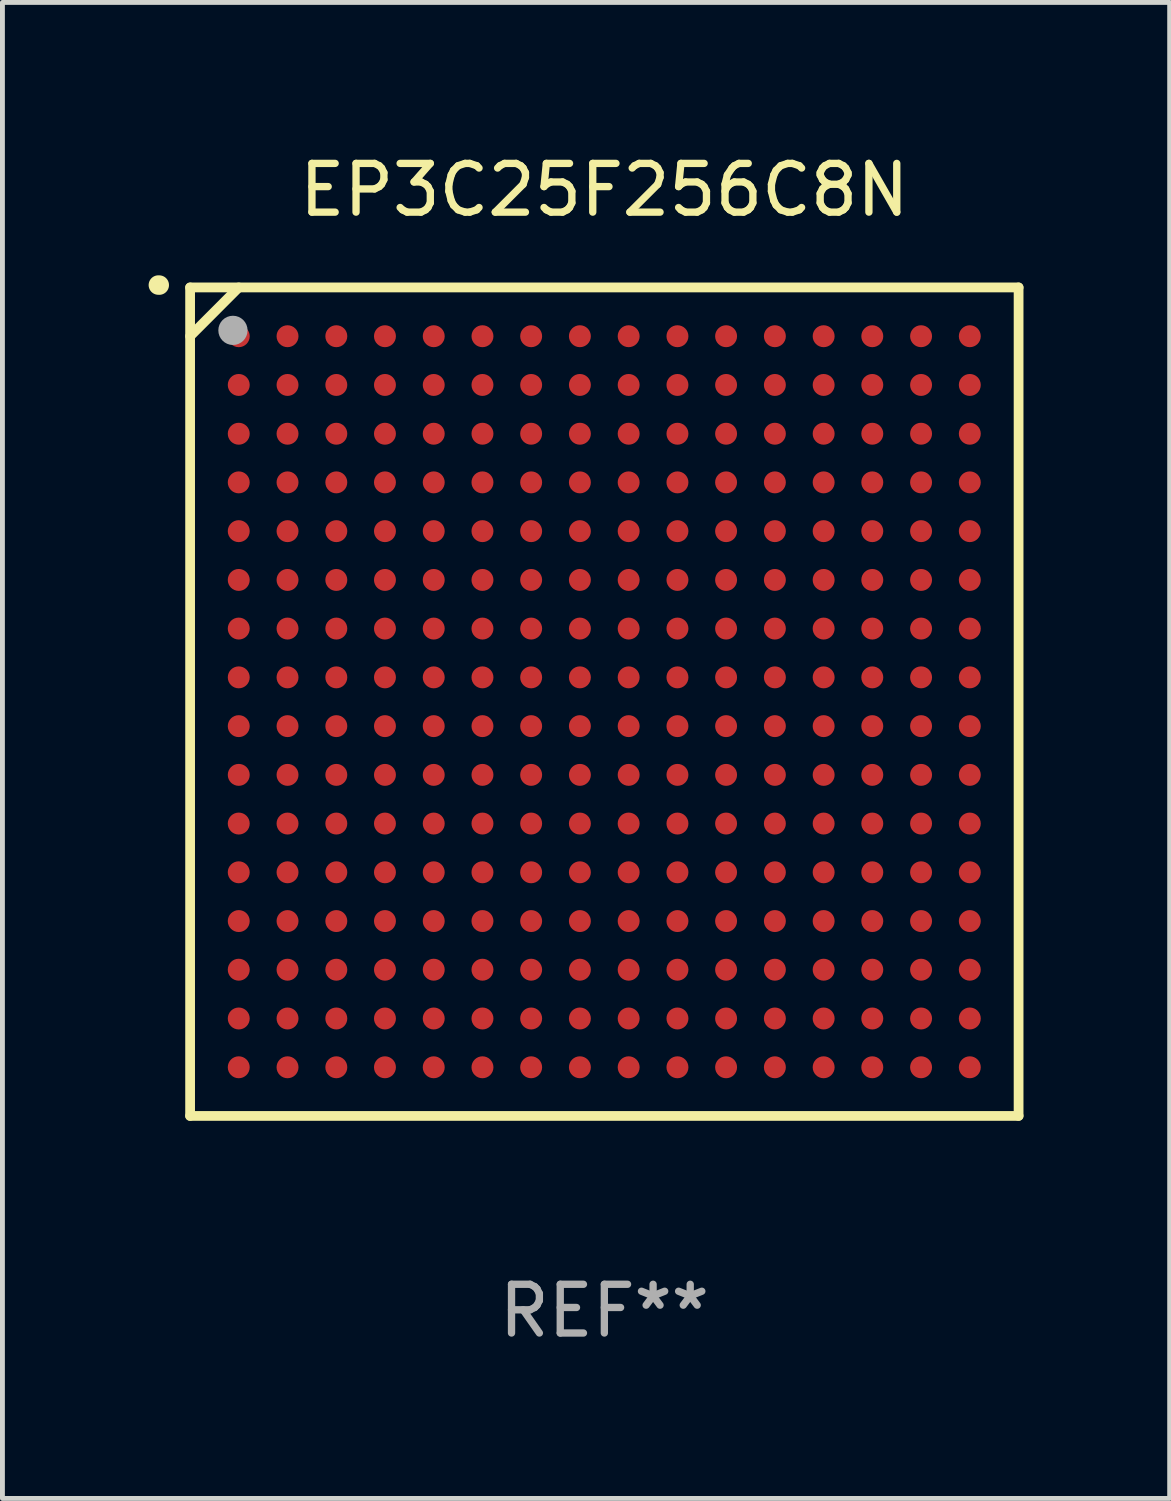
<source format=kicad_pcb>
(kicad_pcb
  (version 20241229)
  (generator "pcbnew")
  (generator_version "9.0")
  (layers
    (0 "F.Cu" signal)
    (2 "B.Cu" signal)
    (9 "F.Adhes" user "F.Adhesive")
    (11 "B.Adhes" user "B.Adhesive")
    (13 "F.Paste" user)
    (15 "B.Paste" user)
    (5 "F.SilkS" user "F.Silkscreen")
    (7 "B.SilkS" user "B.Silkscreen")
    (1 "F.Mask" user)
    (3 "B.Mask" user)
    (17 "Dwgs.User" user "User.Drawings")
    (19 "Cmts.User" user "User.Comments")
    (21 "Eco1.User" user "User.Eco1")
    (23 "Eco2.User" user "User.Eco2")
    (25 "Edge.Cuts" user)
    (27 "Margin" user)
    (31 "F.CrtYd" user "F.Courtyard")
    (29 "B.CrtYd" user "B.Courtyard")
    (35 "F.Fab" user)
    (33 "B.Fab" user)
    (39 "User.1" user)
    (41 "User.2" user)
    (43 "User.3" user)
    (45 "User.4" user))
  (footprint "EP3C25F256C8N"
    (layer "F.Cu")
    (at 9.351 11.348)
    (property "Reference" "EP3C25F256C8N" (at 0 -10.5 0) (layer "F.SilkS") (effects (font (size 1 1) (thickness 0.15))))
    (attr through_hole)
    (fp_line (start -8.5 -8.5) (end 8.5 -8.5) (stroke (width 0.2) (type solid)) (layer "F.SilkS"))
    (fp_line (start -8.5 -7.499) (end -7.502 -8.5) (stroke (width 0.2) (type solid)) (layer "F.SilkS"))
    (fp_line (start -8.5 8.5) (end -8.5 -8.5) (stroke (width 0.2) (type solid)) (layer "F.SilkS"))
    (fp_line (start 8.5 -8.5) (end 8.5 8.5) (stroke (width 0.2) (type solid)) (layer "F.SilkS"))
    (fp_line (start 8.5 8.5) (end -8.5 8.5) (stroke (width 0.2) (type solid)) (layer "F.SilkS"))
    (fp_arc (start -9.151181 -8.548768) (mid -9.142295 -8.548541) (end -9.133426 -8.547955) (stroke (width 0.4) (type solid)) (layer "F.SilkS"))
    (fp_circle (center -8.501 -8.499) (end -8.471 -8.499) (stroke (width 0.06) (type solid)) (fill no) (layer "F.SilkS"))
    (fp_circle (center -7.621 -7.619) (end -7.471 -7.619) (stroke (width 0.3) (type solid)) (fill no) (layer "F.Fab"))
    (fp_text user "REF**" (at 0 12.5 0) (layer "F.Fab") (effects (font (size 1 1) (thickness 0.15))))
    (pad "A1" smd circle (at -7.502 -7.499) (size 0.45 0.45) (layers "F.Cu" "F.Mask" "F.Paste"))
    (pad "A2" smd circle (at -6.501 -7.499) (size 0.45 0.45) (layers "F.Cu" "F.Mask" "F.Paste"))
    (pad "A3" smd circle (at -5.5 -7.499) (size 0.45 0.45) (layers "F.Cu" "F.Mask" "F.Paste"))
    (pad "A4" smd circle (at -4.502 -7.499) (size 0.45 0.45) (layers "F.Cu" "F.Mask" "F.Paste"))
    (pad "A5" smd circle (at -3.501 -7.499) (size 0.45 0.45) (layers "F.Cu" "F.Mask" "F.Paste"))
    (pad "A6" smd circle (at -2.501 -7.499) (size 0.45 0.45) (layers "F.Cu" "F.Mask" "F.Paste"))
    (pad "A7" smd circle (at -1.502 -7.499) (size 0.45 0.45) (layers "F.Cu" "F.Mask" "F.Paste"))
    (pad "A8" smd circle (at -0.502 -7.499) (size 0.45 0.45) (layers "F.Cu" "F.Mask" "F.Paste"))
    (pad "A9" smd circle (at 0.499 -7.499) (size 0.45 0.45) (layers "F.Cu" "F.Mask" "F.Paste"))
    (pad "A10" smd circle (at 1.5 -7.499) (size 0.45 0.45) (layers "F.Cu" "F.Mask" "F.Paste"))
    (pad "A11" smd circle (at 2.498 -7.499) (size 0.45 0.45) (layers "F.Cu" "F.Mask" "F.Paste"))
    (pad "A12" smd circle (at 3.499 -7.499) (size 0.45 0.45) (layers "F.Cu" "F.Mask" "F.Paste"))
    (pad "A13" smd circle (at 4.5 -7.499) (size 0.45 0.45) (layers "F.Cu" "F.Mask" "F.Paste"))
    (pad "A14" smd circle (at 5.498 -7.499) (size 0.45 0.45) (layers "F.Cu" "F.Mask" "F.Paste"))
    (pad "A15" smd circle (at 6.499 -7.499) (size 0.45 0.45) (layers "F.Cu" "F.Mask" "F.Paste"))
    (pad "A16" smd circle (at 7.499 -7.499) (size 0.45 0.45) (layers "F.Cu" "F.Mask" "F.Paste"))
    (pad "B1" smd circle (at -7.502 -6.499) (size 0.45 0.45) (layers "F.Cu" "F.Mask" "F.Paste"))
    (pad "B2" smd circle (at -6.501 -6.499) (size 0.45 0.45) (layers "F.Cu" "F.Mask" "F.Paste"))
    (pad "B3" smd circle (at -5.5 -6.499) (size 0.45 0.45) (layers "F.Cu" "F.Mask" "F.Paste"))
    (pad "B4" smd circle (at -4.502 -6.499) (size 0.45 0.45) (layers "F.Cu" "F.Mask" "F.Paste"))
    (pad "B5" smd circle (at -3.501 -6.499) (size 0.45 0.45) (layers "F.Cu" "F.Mask" "F.Paste"))
    (pad "B6" smd circle (at -2.501 -6.499) (size 0.45 0.45) (layers "F.Cu" "F.Mask" "F.Paste"))
    (pad "B7" smd circle (at -1.502 -6.499) (size 0.45 0.45) (layers "F.Cu" "F.Mask" "F.Paste"))
    (pad "B8" smd circle (at -0.502 -6.499) (size 0.45 0.45) (layers "F.Cu" "F.Mask" "F.Paste"))
    (pad "B9" smd circle (at 0.499 -6.499) (size 0.45 0.45) (layers "F.Cu" "F.Mask" "F.Paste"))
    (pad "B10" smd circle (at 1.5 -6.499) (size 0.45 0.45) (layers "F.Cu" "F.Mask" "F.Paste"))
    (pad "B11" smd circle (at 2.498 -6.499) (size 0.45 0.45) (layers "F.Cu" "F.Mask" "F.Paste"))
    (pad "B12" smd circle (at 3.499 -6.499) (size 0.45 0.45) (layers "F.Cu" "F.Mask" "F.Paste"))
    (pad "B13" smd circle (at 4.5 -6.499) (size 0.45 0.45) (layers "F.Cu" "F.Mask" "F.Paste"))
    (pad "B14" smd circle (at 5.498 -6.499) (size 0.45 0.45) (layers "F.Cu" "F.Mask" "F.Paste"))
    (pad "B15" smd circle (at 6.499 -6.499) (size 0.45 0.45) (layers "F.Cu" "F.Mask" "F.Paste"))
    (pad "B16" smd circle (at 7.499 -6.499) (size 0.45 0.45) (layers "F.Cu" "F.Mask" "F.Paste"))
    (pad "C1" smd circle (at -7.502 -5.498) (size 0.45 0.45) (layers "F.Cu" "F.Mask" "F.Paste"))
    (pad "C2" smd circle (at -6.501 -5.498) (size 0.45 0.45) (layers "F.Cu" "F.Mask" "F.Paste"))
    (pad "C3" smd circle (at -5.5 -5.498) (size 0.45 0.45) (layers "F.Cu" "F.Mask" "F.Paste"))
    (pad "C4" smd circle (at -4.502 -5.498) (size 0.45 0.45) (layers "F.Cu" "F.Mask" "F.Paste"))
    (pad "C5" smd circle (at -3.501 -5.498) (size 0.45 0.45) (layers "F.Cu" "F.Mask" "F.Paste"))
    (pad "C6" smd circle (at -2.501 -5.498) (size 0.45 0.45) (layers "F.Cu" "F.Mask" "F.Paste"))
    (pad "C7" smd circle (at -1.502 -5.498) (size 0.45 0.45) (layers "F.Cu" "F.Mask" "F.Paste"))
    (pad "C8" smd circle (at -0.502 -5.498) (size 0.45 0.45) (layers "F.Cu" "F.Mask" "F.Paste"))
    (pad "C9" smd circle (at 0.499 -5.498) (size 0.45 0.45) (layers "F.Cu" "F.Mask" "F.Paste"))
    (pad "C10" smd circle (at 1.5 -5.498) (size 0.45 0.45) (layers "F.Cu" "F.Mask" "F.Paste"))
    (pad "C11" smd circle (at 2.498 -5.498) (size 0.45 0.45) (layers "F.Cu" "F.Mask" "F.Paste"))
    (pad "C12" smd circle (at 3.499 -5.498) (size 0.45 0.45) (layers "F.Cu" "F.Mask" "F.Paste"))
    (pad "C13" smd circle (at 4.5 -5.498) (size 0.45 0.45) (layers "F.Cu" "F.Mask" "F.Paste"))
    (pad "C14" smd circle (at 5.498 -5.498) (size 0.45 0.45) (layers "F.Cu" "F.Mask" "F.Paste"))
    (pad "C15" smd circle (at 6.499 -5.498) (size 0.45 0.45) (layers "F.Cu" "F.Mask" "F.Paste"))
    (pad "C16" smd circle (at 7.499 -5.498) (size 0.45 0.45) (layers "F.Cu" "F.Mask" "F.Paste"))
    (pad "D1" smd circle (at -7.502 -4.5) (size 0.45 0.45) (layers "F.Cu" "F.Mask" "F.Paste"))
    (pad "D2" smd circle (at -6.501 -4.5) (size 0.45 0.45) (layers "F.Cu" "F.Mask" "F.Paste"))
    (pad "D3" smd circle (at -5.5 -4.5) (size 0.45 0.45) (layers "F.Cu" "F.Mask" "F.Paste"))
    (pad "D4" smd circle (at -4.502 -4.5) (size 0.45 0.45) (layers "F.Cu" "F.Mask" "F.Paste"))
    (pad "D5" smd circle (at -3.501 -4.5) (size 0.45 0.45) (layers "F.Cu" "F.Mask" "F.Paste"))
    (pad "D6" smd circle (at -2.501 -4.5) (size 0.45 0.45) (layers "F.Cu" "F.Mask" "F.Paste"))
    (pad "D7" smd circle (at -1.502 -4.5) (size 0.45 0.45) (layers "F.Cu" "F.Mask" "F.Paste"))
    (pad "D8" smd circle (at -0.502 -4.5) (size 0.45 0.45) (layers "F.Cu" "F.Mask" "F.Paste"))
    (pad "D9" smd circle (at 0.499 -4.5) (size 0.45 0.45) (layers "F.Cu" "F.Mask" "F.Paste"))
    (pad "D10" smd circle (at 1.5 -4.5) (size 0.45 0.45) (layers "F.Cu" "F.Mask" "F.Paste"))
    (pad "D11" smd circle (at 2.498 -4.5) (size 0.45 0.45) (layers "F.Cu" "F.Mask" "F.Paste"))
    (pad "D12" smd circle (at 3.499 -4.5) (size 0.45 0.45) (layers "F.Cu" "F.Mask" "F.Paste"))
    (pad "D13" smd circle (at 4.5 -4.5) (size 0.45 0.45) (layers "F.Cu" "F.Mask" "F.Paste"))
    (pad "D14" smd circle (at 5.498 -4.5) (size 0.45 0.45) (layers "F.Cu" "F.Mask" "F.Paste"))
    (pad "D15" smd circle (at 6.499 -4.5) (size 0.45 0.45) (layers "F.Cu" "F.Mask" "F.Paste"))
    (pad "D16" smd circle (at 7.499 -4.5) (size 0.45 0.45) (layers "F.Cu" "F.Mask" "F.Paste"))
    (pad "E1" smd circle (at -7.502 -3.499) (size 0.45 0.45) (layers "F.Cu" "F.Mask" "F.Paste"))
    (pad "E2" smd circle (at -6.501 -3.499) (size 0.45 0.45) (layers "F.Cu" "F.Mask" "F.Paste"))
    (pad "E3" smd circle (at -5.5 -3.499) (size 0.45 0.45) (layers "F.Cu" "F.Mask" "F.Paste"))
    (pad "E4" smd circle (at -4.502 -3.499) (size 0.45 0.45) (layers "F.Cu" "F.Mask" "F.Paste"))
    (pad "E5" smd circle (at -3.501 -3.499) (size 0.45 0.45) (layers "F.Cu" "F.Mask" "F.Paste"))
    (pad "E6" smd circle (at -2.501 -3.499) (size 0.45 0.45) (layers "F.Cu" "F.Mask" "F.Paste"))
    (pad "E7" smd circle (at -1.502 -3.499) (size 0.45 0.45) (layers "F.Cu" "F.Mask" "F.Paste"))
    (pad "E8" smd circle (at -0.502 -3.499) (size 0.45 0.45) (layers "F.Cu" "F.Mask" "F.Paste"))
    (pad "E9" smd circle (at 0.499 -3.499) (size 0.45 0.45) (layers "F.Cu" "F.Mask" "F.Paste"))
    (pad "E10" smd circle (at 1.5 -3.499) (size 0.45 0.45) (layers "F.Cu" "F.Mask" "F.Paste"))
    (pad "E11" smd circle (at 2.498 -3.499) (size 0.45 0.45) (layers "F.Cu" "F.Mask" "F.Paste"))
    (pad "E12" smd circle (at 3.499 -3.499) (size 0.45 0.45) (layers "F.Cu" "F.Mask" "F.Paste"))
    (pad "E13" smd circle (at 4.5 -3.499) (size 0.45 0.45) (layers "F.Cu" "F.Mask" "F.Paste"))
    (pad "E14" smd circle (at 5.498 -3.499) (size 0.45 0.45) (layers "F.Cu" "F.Mask" "F.Paste"))
    (pad "E15" smd circle (at 6.499 -3.499) (size 0.45 0.45) (layers "F.Cu" "F.Mask" "F.Paste"))
    (pad "E16" smd circle (at 7.499 -3.499) (size 0.45 0.45) (layers "F.Cu" "F.Mask" "F.Paste"))
    (pad "F1" smd circle (at -7.502 -2.498) (size 0.45 0.45) (layers "F.Cu" "F.Mask" "F.Paste"))
    (pad "F2" smd circle (at -6.501 -2.498) (size 0.45 0.45) (layers "F.Cu" "F.Mask" "F.Paste"))
    (pad "F3" smd circle (at -5.5 -2.498) (size 0.45 0.45) (layers "F.Cu" "F.Mask" "F.Paste"))
    (pad "F4" smd circle (at -4.502 -2.498) (size 0.45 0.45) (layers "F.Cu" "F.Mask" "F.Paste"))
    (pad "F5" smd circle (at -3.501 -2.498) (size 0.45 0.45) (layers "F.Cu" "F.Mask" "F.Paste"))
    (pad "F6" smd circle (at -2.501 -2.498) (size 0.45 0.45) (layers "F.Cu" "F.Mask" "F.Paste"))
    (pad "F7" smd circle (at -1.502 -2.498) (size 0.45 0.45) (layers "F.Cu" "F.Mask" "F.Paste"))
    (pad "F8" smd circle (at -0.502 -2.498) (size 0.45 0.45) (layers "F.Cu" "F.Mask" "F.Paste"))
    (pad "F9" smd circle (at 0.499 -2.498) (size 0.45 0.45) (layers "F.Cu" "F.Mask" "F.Paste"))
    (pad "F10" smd circle (at 1.5 -2.498) (size 0.45 0.45) (layers "F.Cu" "F.Mask" "F.Paste"))
    (pad "F11" smd circle (at 2.498 -2.498) (size 0.45 0.45) (layers "F.Cu" "F.Mask" "F.Paste"))
    (pad "F12" smd circle (at 3.499 -2.498) (size 0.45 0.45) (layers "F.Cu" "F.Mask" "F.Paste"))
    (pad "F13" smd circle (at 4.5 -2.498) (size 0.45 0.45) (layers "F.Cu" "F.Mask" "F.Paste"))
    (pad "F14" smd circle (at 5.498 -2.498) (size 0.45 0.45) (layers "F.Cu" "F.Mask" "F.Paste"))
    (pad "F15" smd circle (at 6.499 -2.498) (size 0.45 0.45) (layers "F.Cu" "F.Mask" "F.Paste"))
    (pad "F16" smd circle (at 7.499 -2.498) (size 0.45 0.45) (layers "F.Cu" "F.Mask" "F.Paste"))
    (pad "G1" smd circle (at -7.502 -1.5) (size 0.45 0.45) (layers "F.Cu" "F.Mask" "F.Paste"))
    (pad "G2" smd circle (at -6.501 -1.5) (size 0.45 0.45) (layers "F.Cu" "F.Mask" "F.Paste"))
    (pad "G3" smd circle (at -5.5 -1.5) (size 0.45 0.45) (layers "F.Cu" "F.Mask" "F.Paste"))
    (pad "G4" smd circle (at -4.502 -1.5) (size 0.45 0.45) (layers "F.Cu" "F.Mask" "F.Paste"))
    (pad "G5" smd circle (at -3.501 -1.5) (size 0.45 0.45) (layers "F.Cu" "F.Mask" "F.Paste"))
    (pad "G6" smd circle (at -2.501 -1.5) (size 0.45 0.45) (layers "F.Cu" "F.Mask" "F.Paste"))
    (pad "G7" smd circle (at -1.502 -1.5) (size 0.45 0.45) (layers "F.Cu" "F.Mask" "F.Paste"))
    (pad "G8" smd circle (at -0.502 -1.5) (size 0.45 0.45) (layers "F.Cu" "F.Mask" "F.Paste"))
    (pad "G9" smd circle (at 0.499 -1.5) (size 0.45 0.45) (layers "F.Cu" "F.Mask" "F.Paste"))
    (pad "G10" smd circle (at 1.5 -1.5) (size 0.45 0.45) (layers "F.Cu" "F.Mask" "F.Paste"))
    (pad "G11" smd circle (at 2.498 -1.5) (size 0.45 0.45) (layers "F.Cu" "F.Mask" "F.Paste"))
    (pad "G12" smd circle (at 3.499 -1.5) (size 0.45 0.45) (layers "F.Cu" "F.Mask" "F.Paste"))
    (pad "G13" smd circle (at 4.5 -1.5) (size 0.45 0.45) (layers "F.Cu" "F.Mask" "F.Paste"))
    (pad "G14" smd circle (at 5.498 -1.5) (size 0.45 0.45) (layers "F.Cu" "F.Mask" "F.Paste"))
    (pad "G15" smd circle (at 6.499 -1.5) (size 0.45 0.45) (layers "F.Cu" "F.Mask" "F.Paste"))
    (pad "G16" smd circle (at 7.499 -1.5) (size 0.45 0.45) (layers "F.Cu" "F.Mask" "F.Paste"))
    (pad "H1" smd circle (at -7.502 -0.499) (size 0.45 0.45) (layers "F.Cu" "F.Mask" "F.Paste"))
    (pad "H2" smd circle (at -6.501 -0.499) (size 0.45 0.45) (layers "F.Cu" "F.Mask" "F.Paste"))
    (pad "H3" smd circle (at -5.5 -0.499) (size 0.45 0.45) (layers "F.Cu" "F.Mask" "F.Paste"))
    (pad "H4" smd circle (at -4.502 -0.499) (size 0.45 0.45) (layers "F.Cu" "F.Mask" "F.Paste"))
    (pad "H5" smd circle (at -3.501 -0.499) (size 0.45 0.45) (layers "F.Cu" "F.Mask" "F.Paste"))
    (pad "H6" smd circle (at -2.501 -0.499) (size 0.45 0.45) (layers "F.Cu" "F.Mask" "F.Paste"))
    (pad "H7" smd circle (at -1.502 -0.499) (size 0.45 0.45) (layers "F.Cu" "F.Mask" "F.Paste"))
    (pad "H8" smd circle (at -0.502 -0.499) (size 0.45 0.45) (layers "F.Cu" "F.Mask" "F.Paste"))
    (pad "H9" smd circle (at 0.499 -0.499) (size 0.45 0.45) (layers "F.Cu" "F.Mask" "F.Paste"))
    (pad "H10" smd circle (at 1.5 -0.499) (size 0.45 0.45) (layers "F.Cu" "F.Mask" "F.Paste"))
    (pad "H11" smd circle (at 2.498 -0.499) (size 0.45 0.45) (layers "F.Cu" "F.Mask" "F.Paste"))
    (pad "H12" smd circle (at 3.499 -0.499) (size 0.45 0.45) (layers "F.Cu" "F.Mask" "F.Paste"))
    (pad "H13" smd circle (at 4.5 -0.499) (size 0.45 0.45) (layers "F.Cu" "F.Mask" "F.Paste"))
    (pad "H14" smd circle (at 5.498 -0.499) (size 0.45 0.45) (layers "F.Cu" "F.Mask" "F.Paste"))
    (pad "H15" smd circle (at 6.499 -0.499) (size 0.45 0.45) (layers "F.Cu" "F.Mask" "F.Paste"))
    (pad "H16" smd circle (at 7.499 -0.499) (size 0.45 0.45) (layers "F.Cu" "F.Mask" "F.Paste"))
    (pad "J1" smd circle (at -7.502 0.502) (size 0.45 0.45) (layers "F.Cu" "F.Mask" "F.Paste"))
    (pad "J2" smd circle (at -6.501 0.502) (size 0.45 0.45) (layers "F.Cu" "F.Mask" "F.Paste"))
    (pad "J3" smd circle (at -5.5 0.502) (size 0.45 0.45) (layers "F.Cu" "F.Mask" "F.Paste"))
    (pad "J4" smd circle (at -4.502 0.502) (size 0.45 0.45) (layers "F.Cu" "F.Mask" "F.Paste"))
    (pad "J5" smd circle (at -3.501 0.502) (size 0.45 0.45) (layers "F.Cu" "F.Mask" "F.Paste"))
    (pad "J6" smd circle (at -2.501 0.502) (size 0.45 0.45) (layers "F.Cu" "F.Mask" "F.Paste"))
    (pad "J7" smd circle (at -1.502 0.502) (size 0.45 0.45) (layers "F.Cu" "F.Mask" "F.Paste"))
    (pad "J8" smd circle (at -0.502 0.502) (size 0.45 0.45) (layers "F.Cu" "F.Mask" "F.Paste"))
    (pad "J9" smd circle (at 0.499 0.502) (size 0.45 0.45) (layers "F.Cu" "F.Mask" "F.Paste"))
    (pad "J10" smd circle (at 1.5 0.502) (size 0.45 0.45) (layers "F.Cu" "F.Mask" "F.Paste"))
    (pad "J11" smd circle (at 2.498 0.502) (size 0.45 0.45) (layers "F.Cu" "F.Mask" "F.Paste"))
    (pad "J12" smd circle (at 3.499 0.502) (size 0.45 0.45) (layers "F.Cu" "F.Mask" "F.Paste"))
    (pad "J13" smd circle (at 4.5 0.502) (size 0.45 0.45) (layers "F.Cu" "F.Mask" "F.Paste"))
    (pad "J14" smd circle (at 5.498 0.502) (size 0.45 0.45) (layers "F.Cu" "F.Mask" "F.Paste"))
    (pad "J15" smd circle (at 6.499 0.502) (size 0.45 0.45) (layers "F.Cu" "F.Mask" "F.Paste"))
    (pad "J16" smd circle (at 7.499 0.502) (size 0.45 0.45) (layers "F.Cu" "F.Mask" "F.Paste"))
    (pad "K1" smd circle (at -7.502 1.502) (size 0.45 0.45) (layers "F.Cu" "F.Mask" "F.Paste"))
    (pad "K2" smd circle (at -6.501 1.502) (size 0.45 0.45) (layers "F.Cu" "F.Mask" "F.Paste"))
    (pad "K3" smd circle (at -5.5 1.502) (size 0.45 0.45) (layers "F.Cu" "F.Mask" "F.Paste"))
    (pad "K4" smd circle (at -4.502 1.502) (size 0.45 0.45) (layers "F.Cu" "F.Mask" "F.Paste"))
    (pad "K5" smd circle (at -3.501 1.502) (size 0.45 0.45) (layers "F.Cu" "F.Mask" "F.Paste"))
    (pad "K6" smd circle (at -2.501 1.502) (size 0.45 0.45) (layers "F.Cu" "F.Mask" "F.Paste"))
    (pad "K7" smd circle (at -1.502 1.502) (size 0.45 0.45) (layers "F.Cu" "F.Mask" "F.Paste"))
    (pad "K8" smd circle (at -0.502 1.502) (size 0.45 0.45) (layers "F.Cu" "F.Mask" "F.Paste"))
    (pad "K9" smd circle (at 0.499 1.502) (size 0.45 0.45) (layers "F.Cu" "F.Mask" "F.Paste"))
    (pad "K10" smd circle (at 1.5 1.502) (size 0.45 0.45) (layers "F.Cu" "F.Mask" "F.Paste"))
    (pad "K11" smd circle (at 2.498 1.502) (size 0.45 0.45) (layers "F.Cu" "F.Mask" "F.Paste"))
    (pad "K12" smd circle (at 3.499 1.502) (size 0.45 0.45) (layers "F.Cu" "F.Mask" "F.Paste"))
    (pad "K13" smd circle (at 4.5 1.502) (size 0.45 0.45) (layers "F.Cu" "F.Mask" "F.Paste"))
    (pad "K14" smd circle (at 5.498 1.502) (size 0.45 0.45) (layers "F.Cu" "F.Mask" "F.Paste"))
    (pad "K15" smd circle (at 6.499 1.502) (size 0.45 0.45) (layers "F.Cu" "F.Mask" "F.Paste"))
    (pad "K16" smd circle (at 7.499 1.502) (size 0.45 0.45) (layers "F.Cu" "F.Mask" "F.Paste"))
    (pad "L1" smd circle (at -7.502 2.501) (size 0.45 0.45) (layers "F.Cu" "F.Mask" "F.Paste"))
    (pad "L2" smd circle (at -6.501 2.501) (size 0.45 0.45) (layers "F.Cu" "F.Mask" "F.Paste"))
    (pad "L3" smd circle (at -5.5 2.501) (size 0.45 0.45) (layers "F.Cu" "F.Mask" "F.Paste"))
    (pad "L4" smd circle (at -4.502 2.501) (size 0.45 0.45) (layers "F.Cu" "F.Mask" "F.Paste"))
    (pad "L5" smd circle (at -3.501 2.501) (size 0.45 0.45) (layers "F.Cu" "F.Mask" "F.Paste"))
    (pad "L6" smd circle (at -2.501 2.501) (size 0.45 0.45) (layers "F.Cu" "F.Mask" "F.Paste"))
    (pad "L7" smd circle (at -1.502 2.501) (size 0.45 0.45) (layers "F.Cu" "F.Mask" "F.Paste"))
    (pad "L8" smd circle (at -0.502 2.501) (size 0.45 0.45) (layers "F.Cu" "F.Mask" "F.Paste"))
    (pad "L9" smd circle (at 0.499 2.501) (size 0.45 0.45) (layers "F.Cu" "F.Mask" "F.Paste"))
    (pad "L10" smd circle (at 1.5 2.501) (size 0.45 0.45) (layers "F.Cu" "F.Mask" "F.Paste"))
    (pad "L11" smd circle (at 2.498 2.501) (size 0.45 0.45) (layers "F.Cu" "F.Mask" "F.Paste"))
    (pad "L12" smd circle (at 3.499 2.501) (size 0.45 0.45) (layers "F.Cu" "F.Mask" "F.Paste"))
    (pad "L13" smd circle (at 4.5 2.501) (size 0.45 0.45) (layers "F.Cu" "F.Mask" "F.Paste"))
    (pad "L14" smd circle (at 5.498 2.501) (size 0.45 0.45) (layers "F.Cu" "F.Mask" "F.Paste"))
    (pad "L15" smd circle (at 6.499 2.501) (size 0.45 0.45) (layers "F.Cu" "F.Mask" "F.Paste"))
    (pad "L16" smd circle (at 7.499 2.501) (size 0.45 0.45) (layers "F.Cu" "F.Mask" "F.Paste"))
    (pad "M1" smd circle (at -7.502 3.501) (size 0.45 0.45) (layers "F.Cu" "F.Mask" "F.Paste"))
    (pad "M2" smd circle (at -6.501 3.501) (size 0.45 0.45) (layers "F.Cu" "F.Mask" "F.Paste"))
    (pad "M3" smd circle (at -5.5 3.501) (size 0.45 0.45) (layers "F.Cu" "F.Mask" "F.Paste"))
    (pad "M4" smd circle (at -4.502 3.501) (size 0.45 0.45) (layers "F.Cu" "F.Mask" "F.Paste"))
    (pad "M5" smd circle (at -3.501 3.501) (size 0.45 0.45) (layers "F.Cu" "F.Mask" "F.Paste"))
    (pad "M6" smd circle (at -2.501 3.501) (size 0.45 0.45) (layers "F.Cu" "F.Mask" "F.Paste"))
    (pad "M7" smd circle (at -1.502 3.501) (size 0.45 0.45) (layers "F.Cu" "F.Mask" "F.Paste"))
    (pad "M8" smd circle (at -0.502 3.501) (size 0.45 0.45) (layers "F.Cu" "F.Mask" "F.Paste"))
    (pad "M9" smd circle (at 0.499 3.501) (size 0.45 0.45) (layers "F.Cu" "F.Mask" "F.Paste"))
    (pad "M10" smd circle (at 1.5 3.501) (size 0.45 0.45) (layers "F.Cu" "F.Mask" "F.Paste"))
    (pad "M11" smd circle (at 2.498 3.501) (size 0.45 0.45) (layers "F.Cu" "F.Mask" "F.Paste"))
    (pad "M12" smd circle (at 3.499 3.501) (size 0.45 0.45) (layers "F.Cu" "F.Mask" "F.Paste"))
    (pad "M13" smd circle (at 4.5 3.501) (size 0.45 0.45) (layers "F.Cu" "F.Mask" "F.Paste"))
    (pad "M14" smd circle (at 5.498 3.501) (size 0.45 0.45) (layers "F.Cu" "F.Mask" "F.Paste"))
    (pad "M15" smd circle (at 6.499 3.501) (size 0.45 0.45) (layers "F.Cu" "F.Mask" "F.Paste"))
    (pad "M16" smd circle (at 7.499 3.501) (size 0.45 0.45) (layers "F.Cu" "F.Mask" "F.Paste"))
    (pad "N1" smd circle (at -7.502 4.502) (size 0.45 0.45) (layers "F.Cu" "F.Mask" "F.Paste"))
    (pad "N2" smd circle (at -6.501 4.502) (size 0.45 0.45) (layers "F.Cu" "F.Mask" "F.Paste"))
    (pad "N3" smd circle (at -5.5 4.502) (size 0.45 0.45) (layers "F.Cu" "F.Mask" "F.Paste"))
    (pad "N4" smd circle (at -4.502 4.502) (size 0.45 0.45) (layers "F.Cu" "F.Mask" "F.Paste"))
    (pad "N5" smd circle (at -3.501 4.502) (size 0.45 0.45) (layers "F.Cu" "F.Mask" "F.Paste"))
    (pad "N6" smd circle (at -2.501 4.502) (size 0.45 0.45) (layers "F.Cu" "F.Mask" "F.Paste"))
    (pad "N7" smd circle (at -1.502 4.502) (size 0.45 0.45) (layers "F.Cu" "F.Mask" "F.Paste"))
    (pad "N8" smd circle (at -0.502 4.502) (size 0.45 0.45) (layers "F.Cu" "F.Mask" "F.Paste"))
    (pad "N9" smd circle (at 0.499 4.502) (size 0.45 0.45) (layers "F.Cu" "F.Mask" "F.Paste"))
    (pad "N10" smd circle (at 1.5 4.502) (size 0.45 0.45) (layers "F.Cu" "F.Mask" "F.Paste"))
    (pad "N11" smd circle (at 2.498 4.502) (size 0.45 0.45) (layers "F.Cu" "F.Mask" "F.Paste"))
    (pad "N12" smd circle (at 3.499 4.502) (size 0.45 0.45) (layers "F.Cu" "F.Mask" "F.Paste"))
    (pad "N13" smd circle (at 4.5 4.502) (size 0.45 0.45) (layers "F.Cu" "F.Mask" "F.Paste"))
    (pad "N14" smd circle (at 5.498 4.502) (size 0.45 0.45) (layers "F.Cu" "F.Mask" "F.Paste"))
    (pad "N15" smd circle (at 6.499 4.502) (size 0.45 0.45) (layers "F.Cu" "F.Mask" "F.Paste"))
    (pad "N16" smd circle (at 7.499 4.502) (size 0.45 0.45) (layers "F.Cu" "F.Mask" "F.Paste"))
    (pad "P1" smd circle (at -7.502 5.5) (size 0.45 0.45) (layers "F.Cu" "F.Mask" "F.Paste"))
    (pad "P2" smd circle (at -6.501 5.5) (size 0.45 0.45) (layers "F.Cu" "F.Mask" "F.Paste"))
    (pad "P3" smd circle (at -5.5 5.5) (size 0.45 0.45) (layers "F.Cu" "F.Mask" "F.Paste"))
    (pad "P4" smd circle (at -4.502 5.5) (size 0.45 0.45) (layers "F.Cu" "F.Mask" "F.Paste"))
    (pad "P5" smd circle (at -3.501 5.5) (size 0.45 0.45) (layers "F.Cu" "F.Mask" "F.Paste"))
    (pad "P6" smd circle (at -2.501 5.5) (size 0.45 0.45) (layers "F.Cu" "F.Mask" "F.Paste"))
    (pad "P7" smd circle (at -1.502 5.5) (size 0.45 0.45) (layers "F.Cu" "F.Mask" "F.Paste"))
    (pad "P8" smd circle (at -0.502 5.5) (size 0.45 0.45) (layers "F.Cu" "F.Mask" "F.Paste"))
    (pad "P9" smd circle (at 0.499 5.5) (size 0.45 0.45) (layers "F.Cu" "F.Mask" "F.Paste"))
    (pad "P10" smd circle (at 1.5 5.5) (size 0.45 0.45) (layers "F.Cu" "F.Mask" "F.Paste"))
    (pad "P11" smd circle (at 2.498 5.5) (size 0.45 0.45) (layers "F.Cu" "F.Mask" "F.Paste"))
    (pad "P12" smd circle (at 3.499 5.5) (size 0.45 0.45) (layers "F.Cu" "F.Mask" "F.Paste"))
    (pad "P13" smd circle (at 4.5 5.5) (size 0.45 0.45) (layers "F.Cu" "F.Mask" "F.Paste"))
    (pad "P14" smd circle (at 5.498 5.5) (size 0.45 0.45) (layers "F.Cu" "F.Mask" "F.Paste"))
    (pad "P15" smd circle (at 6.499 5.5) (size 0.45 0.45) (layers "F.Cu" "F.Mask" "F.Paste"))
    (pad "P16" smd circle (at 7.499 5.5) (size 0.45 0.45) (layers "F.Cu" "F.Mask" "F.Paste"))
    (pad "R1" smd circle (at -7.502 6.501) (size 0.45 0.45) (layers "F.Cu" "F.Mask" "F.Paste"))
    (pad "R2" smd circle (at -6.501 6.501) (size 0.45 0.45) (layers "F.Cu" "F.Mask" "F.Paste"))
    (pad "R3" smd circle (at -5.5 6.501) (size 0.45 0.45) (layers "F.Cu" "F.Mask" "F.Paste"))
    (pad "R4" smd circle (at -4.502 6.501) (size 0.45 0.45) (layers "F.Cu" "F.Mask" "F.Paste"))
    (pad "R5" smd circle (at -3.501 6.501) (size 0.45 0.45) (layers "F.Cu" "F.Mask" "F.Paste"))
    (pad "R6" smd circle (at -2.501 6.501) (size 0.45 0.45) (layers "F.Cu" "F.Mask" "F.Paste"))
    (pad "R7" smd circle (at -1.502 6.501) (size 0.45 0.45) (layers "F.Cu" "F.Mask" "F.Paste"))
    (pad "R8" smd circle (at -0.502 6.501) (size 0.45 0.45) (layers "F.Cu" "F.Mask" "F.Paste"))
    (pad "R9" smd circle (at 0.499 6.501) (size 0.45 0.45) (layers "F.Cu" "F.Mask" "F.Paste"))
    (pad "R10" smd circle (at 1.5 6.501) (size 0.45 0.45) (layers "F.Cu" "F.Mask" "F.Paste"))
    (pad "R11" smd circle (at 2.498 6.501) (size 0.45 0.45) (layers "F.Cu" "F.Mask" "F.Paste"))
    (pad "R12" smd circle (at 3.499 6.501) (size 0.45 0.45) (layers "F.Cu" "F.Mask" "F.Paste"))
    (pad "R13" smd circle (at 4.5 6.501) (size 0.45 0.45) (layers "F.Cu" "F.Mask" "F.Paste"))
    (pad "R14" smd circle (at 5.498 6.501) (size 0.45 0.45) (layers "F.Cu" "F.Mask" "F.Paste"))
    (pad "R15" smd circle (at 6.499 6.501) (size 0.45 0.45) (layers "F.Cu" "F.Mask" "F.Paste"))
    (pad "R16" smd circle (at 7.499 6.501) (size 0.45 0.45) (layers "F.Cu" "F.Mask" "F.Paste"))
    (pad "T1" smd circle (at -7.502 7.502) (size 0.45 0.45) (layers "F.Cu" "F.Mask" "F.Paste"))
    (pad "T2" smd circle (at -6.501 7.502) (size 0.45 0.45) (layers "F.Cu" "F.Mask" "F.Paste"))
    (pad "T3" smd circle (at -5.5 7.502) (size 0.45 0.45) (layers "F.Cu" "F.Mask" "F.Paste"))
    (pad "T4" smd circle (at -4.502 7.502) (size 0.45 0.45) (layers "F.Cu" "F.Mask" "F.Paste"))
    (pad "T5" smd circle (at -3.501 7.502) (size 0.45 0.45) (layers "F.Cu" "F.Mask" "F.Paste"))
    (pad "T6" smd circle (at -2.501 7.502) (size 0.45 0.45) (layers "F.Cu" "F.Mask" "F.Paste"))
    (pad "T7" smd circle (at -1.502 7.502) (size 0.45 0.45) (layers "F.Cu" "F.Mask" "F.Paste"))
    (pad "T8" smd circle (at -0.502 7.502) (size 0.45 0.45) (layers "F.Cu" "F.Mask" "F.Paste"))
    (pad "T9" smd circle (at 0.499 7.502) (size 0.45 0.45) (layers "F.Cu" "F.Mask" "F.Paste"))
    (pad "T10" smd circle (at 1.5 7.502) (size 0.45 0.45) (layers "F.Cu" "F.Mask" "F.Paste"))
    (pad "T11" smd circle (at 2.498 7.502) (size 0.45 0.45) (layers "F.Cu" "F.Mask" "F.Paste"))
    (pad "T12" smd circle (at 3.499 7.502) (size 0.45 0.45) (layers "F.Cu" "F.Mask" "F.Paste"))
    (pad "T13" smd circle (at 4.5 7.502) (size 0.45 0.45) (layers "F.Cu" "F.Mask" "F.Paste"))
    (pad "T14" smd circle (at 5.498 7.502) (size 0.45 0.45) (layers "F.Cu" "F.Mask" "F.Paste"))
    (pad "T15" smd circle (at 6.499 7.502) (size 0.45 0.45) (layers "F.Cu" "F.Mask" "F.Paste"))
    (pad "T16" smd circle (at 7.499 7.502) (size 0.45 0.45) (layers "F.Cu" "F.Mask" "F.Paste")))
  (gr_rect
    (start -3 -3)
    (end 20.951 27.697)
    (stroke (width 0.1) (type default))
    (fill no)
    (layer "Edge.Cuts")))
</source>
